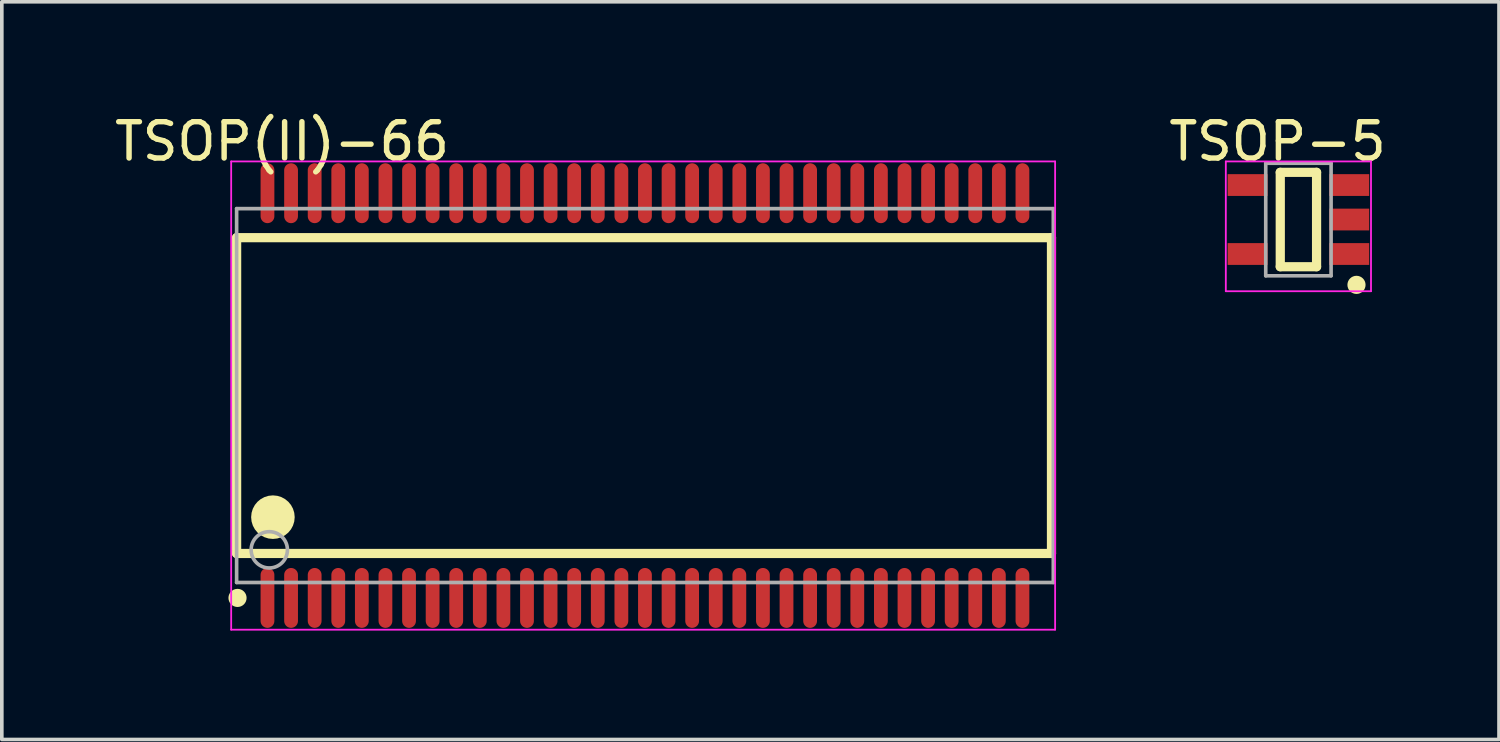
<source format=kicad_pcb>
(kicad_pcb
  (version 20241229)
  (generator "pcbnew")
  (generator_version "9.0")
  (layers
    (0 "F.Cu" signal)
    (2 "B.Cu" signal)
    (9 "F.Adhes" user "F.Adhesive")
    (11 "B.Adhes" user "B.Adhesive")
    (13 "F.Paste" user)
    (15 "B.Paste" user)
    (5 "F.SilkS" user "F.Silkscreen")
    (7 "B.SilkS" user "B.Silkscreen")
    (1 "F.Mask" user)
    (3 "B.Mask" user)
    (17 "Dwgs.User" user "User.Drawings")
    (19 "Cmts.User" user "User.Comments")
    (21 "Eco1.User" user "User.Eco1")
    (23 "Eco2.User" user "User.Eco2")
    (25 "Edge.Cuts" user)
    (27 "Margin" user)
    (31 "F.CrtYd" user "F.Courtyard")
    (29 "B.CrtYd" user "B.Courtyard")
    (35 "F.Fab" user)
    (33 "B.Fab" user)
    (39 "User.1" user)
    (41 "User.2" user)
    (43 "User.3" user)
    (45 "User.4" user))
  (footprint "TSOP(II)-66"
    (layer "F.Cu")
    (at 14.719 7.848)
    (property "Reference" "TSOP(II)-66" (at -9.999 -7 0) (layer "F.SilkS") (effects (font (size 1 1) (thickness 0.15))))
    (attr through_hole)
    (fp_line (start -11.25 -4.35) (end 11.2 -4.35) (stroke (width 0.254) (type solid)) (layer "F.SilkS"))
    (fp_line (start -11.25 4.35) (end -11.25 -4.35) (stroke (width 0.254) (type solid)) (layer "F.SilkS"))
    (fp_line (start -11.25 4.35) (end 11.2 4.35) (stroke (width 0.254) (type solid)) (layer "F.SilkS"))
    (fp_line (start 11.2 4.35) (end 11.2 -4.35) (stroke (width 0.254) (type solid)) (layer "F.SilkS"))
    (fp_circle (center -11.225 5.575) (end -11.1 5.575) (stroke (width 0.25) (type solid)) (fill no) (layer "F.SilkS"))
    (fp_circle (center -10.25 3.35) (end -9.95 3.35) (stroke (width 0.6) (type solid)) (fill no) (layer "F.SilkS"))
    (fp_line (start -11.4 -6.45) (end 11.3 -6.45) (stroke (width 0.05) (type solid)) (layer "F.CrtYd"))
    (fp_line (start -11.4 6.45) (end -11.4 -6.45) (stroke (width 0.05) (type solid)) (layer "F.CrtYd"))
    (fp_line (start 11.3 -6.45) (end 11.3 6.45) (stroke (width 0.05) (type solid)) (layer "F.CrtYd"))
    (fp_line (start 11.3 6.45) (end -11.4 6.45) (stroke (width 0.05) (type solid)) (layer "F.CrtYd"))
    (fp_line (start -11.25 -5.15) (end 11.25 -5.15) (stroke (width 0.1) (type solid)) (layer "F.Fab"))
    (fp_line (start -11.25 5.15) (end -11.25 -5.15) (stroke (width 0.1) (type solid)) (layer "F.Fab"))
    (fp_line (start -11.25 5.15) (end 11.25 5.15) (stroke (width 0.1) (type solid)) (layer "F.Fab"))
    (fp_line (start 11.25 5.15) (end 11.25 -5.15) (stroke (width 0.1) (type solid)) (layer "F.Fab"))
    (fp_circle (center -10.35 4.25) (end -9.85 4.25) (stroke (width 0.1) (type solid)) (fill no) (layer "F.Fab"))
    (pad "1" smd oval (at -10.4 5.575 180) (size 0.38 1.65) (layers "F.Cu" "F.Mask" "F.Paste"))
    (pad "2" smd oval (at -9.75 5.575 180) (size 0.38 1.65) (layers "F.Cu" "F.Mask" "F.Paste"))
    (pad "3" smd oval (at -9.1 5.575 180) (size 0.38 1.65) (layers "F.Cu" "F.Mask" "F.Paste"))
    (pad "4" smd oval (at -8.45 5.575 180) (size 0.38 1.65) (layers "F.Cu" "F.Mask" "F.Paste"))
    (pad "5" smd oval (at -7.8 5.575 180) (size 0.38 1.65) (layers "F.Cu" "F.Mask" "F.Paste"))
    (pad "6" smd oval (at -7.15 5.575 180) (size 0.38 1.65) (layers "F.Cu" "F.Mask" "F.Paste"))
    (pad "7" smd oval (at -6.5 5.575 180) (size 0.38 1.65) (layers "F.Cu" "F.Mask" "F.Paste"))
    (pad "8" smd oval (at -5.85 5.575 180) (size 0.38 1.65) (layers "F.Cu" "F.Mask" "F.Paste"))
    (pad "9" smd oval (at -5.2 5.575 180) (size 0.38 1.65) (layers "F.Cu" "F.Mask" "F.Paste"))
    (pad "10" smd oval (at -4.55 5.575 180) (size 0.38 1.65) (layers "F.Cu" "F.Mask" "F.Paste"))
    (pad "11" smd oval (at -3.9 5.575 180) (size 0.38 1.65) (layers "F.Cu" "F.Mask" "F.Paste"))
    (pad "12" smd oval (at -3.25 5.575 180) (size 0.38 1.65) (layers "F.Cu" "F.Mask" "F.Paste"))
    (pad "13" smd oval (at -2.6 5.575 180) (size 0.38 1.65) (layers "F.Cu" "F.Mask" "F.Paste"))
    (pad "14" smd oval (at -1.95 5.575 180) (size 0.38 1.65) (layers "F.Cu" "F.Mask" "F.Paste"))
    (pad "15" smd oval (at -1.3 5.575 180) (size 0.38 1.65) (layers "F.Cu" "F.Mask" "F.Paste"))
    (pad "16" smd oval (at -0.65 5.575 180) (size 0.38 1.65) (layers "F.Cu" "F.Mask" "F.Paste"))
    (pad "17" smd oval (at 0 5.575 180) (size 0.38 1.65) (layers "F.Cu" "F.Mask" "F.Paste"))
    (pad "18" smd oval (at 0.65 5.575 180) (size 0.38 1.65) (layers "F.Cu" "F.Mask" "F.Paste"))
    (pad "19" smd oval (at 1.3 5.575 180) (size 0.38 1.65) (layers "F.Cu" "F.Mask" "F.Paste"))
    (pad "20" smd oval (at 1.95 5.575 180) (size 0.38 1.65) (layers "F.Cu" "F.Mask" "F.Paste"))
    (pad "21" smd oval (at 2.6 5.575 180) (size 0.38 1.65) (layers "F.Cu" "F.Mask" "F.Paste"))
    (pad "22" smd oval (at 3.25 5.575 180) (size 0.38 1.65) (layers "F.Cu" "F.Mask" "F.Paste"))
    (pad "23" smd oval (at 3.9 5.575 180) (size 0.38 1.65) (layers "F.Cu" "F.Mask" "F.Paste"))
    (pad "24" smd oval (at 4.55 5.575 180) (size 0.38 1.65) (layers "F.Cu" "F.Mask" "F.Paste"))
    (pad "25" smd oval (at 5.2 5.575 180) (size 0.38 1.65) (layers "F.Cu" "F.Mask" "F.Paste"))
    (pad "26" smd oval (at 5.85 5.575 180) (size 0.38 1.65) (layers "F.Cu" "F.Mask" "F.Paste"))
    (pad "27" smd oval (at 6.5 5.575 180) (size 0.38 1.65) (layers "F.Cu" "F.Mask" "F.Paste"))
    (pad "28" smd oval (at 7.15 5.575 180) (size 0.38 1.65) (layers "F.Cu" "F.Mask" "F.Paste"))
    (pad "29" smd oval (at 7.8 5.575 180) (size 0.38 1.65) (layers "F.Cu" "F.Mask" "F.Paste"))
    (pad "30" smd oval (at 8.45 5.575 180) (size 0.38 1.65) (layers "F.Cu" "F.Mask" "F.Paste"))
    (pad "31" smd oval (at 9.1 5.575 180) (size 0.38 1.65) (layers "F.Cu" "F.Mask" "F.Paste"))
    (pad "32" smd oval (at 9.75 5.575 180) (size 0.38 1.65) (layers "F.Cu" "F.Mask" "F.Paste"))
    (pad "33" smd oval (at 10.4 5.575 180) (size 0.38 1.65) (layers "F.Cu" "F.Mask" "F.Paste"))
    (pad "34" smd oval (at 10.4 -5.575 180) (size 0.38 1.65) (layers "F.Cu" "F.Mask" "F.Paste"))
    (pad "35" smd oval (at 9.75 -5.575 180) (size 0.38 1.65) (layers "F.Cu" "F.Mask" "F.Paste"))
    (pad "36" smd oval (at 9.1 -5.575 180) (size 0.38 1.65) (layers "F.Cu" "F.Mask" "F.Paste"))
    (pad "37" smd oval (at 8.45 -5.575 180) (size 0.38 1.65) (layers "F.Cu" "F.Mask" "F.Paste"))
    (pad "38" smd oval (at 7.8 -5.575 180) (size 0.38 1.65) (layers "F.Cu" "F.Mask" "F.Paste"))
    (pad "39" smd oval (at 7.15 -5.575 180) (size 0.38 1.65) (layers "F.Cu" "F.Mask" "F.Paste"))
    (pad "40" smd oval (at 6.5 -5.575 180) (size 0.38 1.65) (layers "F.Cu" "F.Mask" "F.Paste"))
    (pad "41" smd oval (at 5.85 -5.575 180) (size 0.38 1.65) (layers "F.Cu" "F.Mask" "F.Paste"))
    (pad "42" smd oval (at 5.2 -5.575 180) (size 0.38 1.65) (layers "F.Cu" "F.Mask" "F.Paste"))
    (pad "43" smd oval (at 4.55 -5.575 180) (size 0.38 1.65) (layers "F.Cu" "F.Mask" "F.Paste"))
    (pad "44" smd oval (at 3.9 -5.575 180) (size 0.38 1.65) (layers "F.Cu" "F.Mask" "F.Paste"))
    (pad "45" smd oval (at 3.25 -5.575 180) (size 0.38 1.65) (layers "F.Cu" "F.Mask" "F.Paste"))
    (pad "46" smd oval (at 2.6 -5.575 180) (size 0.38 1.65) (layers "F.Cu" "F.Mask" "F.Paste"))
    (pad "47" smd oval (at 1.95 -5.575 180) (size 0.38 1.65) (layers "F.Cu" "F.Mask" "F.Paste"))
    (pad "48" smd oval (at 1.3 -5.575 180) (size 0.38 1.65) (layers "F.Cu" "F.Mask" "F.Paste"))
    (pad "49" smd oval (at 0.65 -5.575 180) (size 0.38 1.65) (layers "F.Cu" "F.Mask" "F.Paste"))
    (pad "50" smd oval (at 0 -5.575 180) (size 0.38 1.65) (layers "F.Cu" "F.Mask" "F.Paste"))
    (pad "51" smd oval (at -0.65 -5.575 180) (size 0.38 1.65) (layers "F.Cu" "F.Mask" "F.Paste"))
    (pad "52" smd oval (at -1.3 -5.575 180) (size 0.38 1.65) (layers "F.Cu" "F.Mask" "F.Paste"))
    (pad "53" smd oval (at -1.95 -5.575 180) (size 0.38 1.65) (layers "F.Cu" "F.Mask" "F.Paste"))
    (pad "54" smd oval (at -2.6 -5.575 180) (size 0.38 1.65) (layers "F.Cu" "F.Mask" "F.Paste"))
    (pad "55" smd oval (at -3.25 -5.575 180) (size 0.38 1.65) (layers "F.Cu" "F.Mask" "F.Paste"))
    (pad "56" smd oval (at -3.9 -5.575 180) (size 0.38 1.65) (layers "F.Cu" "F.Mask" "F.Paste"))
    (pad "57" smd oval (at -4.55 -5.575 180) (size 0.38 1.65) (layers "F.Cu" "F.Mask" "F.Paste"))
    (pad "58" smd oval (at -5.2 -5.575 180) (size 0.38 1.65) (layers "F.Cu" "F.Mask" "F.Paste"))
    (pad "59" smd oval (at -5.85 -5.575 180) (size 0.38 1.65) (layers "F.Cu" "F.Mask" "F.Paste"))
    (pad "60" smd oval (at -6.5 -5.575 180) (size 0.38 1.65) (layers "F.Cu" "F.Mask" "F.Paste"))
    (pad "61" smd oval (at -7.15 -5.575 180) (size 0.38 1.65) (layers "F.Cu" "F.Mask" "F.Paste"))
    (pad "62" smd oval (at -7.8 -5.575 180) (size 0.38 1.65) (layers "F.Cu" "F.Mask" "F.Paste"))
    (pad "63" smd oval (at -8.45 -5.575 180) (size 0.38 1.65) (layers "F.Cu" "F.Mask" "F.Paste"))
    (pad "64" smd oval (at -9.1 -5.575 180) (size 0.38 1.65) (layers "F.Cu" "F.Mask" "F.Paste"))
    (pad "65" smd oval (at -9.75 -5.575 180) (size 0.38 1.65) (layers "F.Cu" "F.Mask" "F.Paste"))
    (pad "66" smd oval (at -10.4 -5.575 180) (size 0.38 1.65) (layers "F.Cu" "F.Mask" "F.Paste")))
  (footprint "TSOP-5"
    (layer "F.Cu")
    (at 32.722 2.998)
    (property "Reference" "TSOP-5" (at -0.575 -2.149 0) (layer "F.SilkS") (effects (font (size 1 1) (thickness 0.15))))
    (attr through_hole)
    (fp_line (start -0.5 -1.3) (end 0.5 -1.3) (stroke (width 0.254) (type solid)) (layer "F.SilkS"))
    (fp_line (start -0.5 1.3) (end -0.5 -1.3) (stroke (width 0.254) (type solid)) (layer "F.SilkS"))
    (fp_line (start -0.5 1.3) (end 0.5 1.3) (stroke (width 0.254) (type solid)) (layer "F.SilkS"))
    (fp_line (start 0.5 1.3) (end 0.5 -1.3) (stroke (width 0.254) (type solid)) (layer "F.SilkS"))
    (fp_circle (center 1.6 1.8) (end 1.725 1.8) (stroke (width 0.25) (type solid)) (fill no) (layer "F.SilkS"))
    (fp_line (start -2 -1.6) (end 2 -1.6) (stroke (width 0.05) (type solid)) (layer "F.CrtYd"))
    (fp_line (start -2 1.975) (end -2 -1.6) (stroke (width 0.05) (type solid)) (layer "F.CrtYd"))
    (fp_line (start 2 -1.6) (end 2 1.975) (stroke (width 0.05) (type solid)) (layer "F.CrtYd"))
    (fp_line (start 2 1.975) (end -2 1.975) (stroke (width 0.05) (type solid)) (layer "F.CrtYd"))
    (fp_line (start -0.9 -1.55) (end 0.9 -1.55) (stroke (width 0.1) (type solid)) (layer "F.Fab"))
    (fp_line (start -0.9 1.55) (end -0.9 -1.55) (stroke (width 0.1) (type solid)) (layer "F.Fab"))
    (fp_line (start -0.9 1.55) (end 0.9 1.55) (stroke (width 0.1) (type solid)) (layer "F.Fab"))
    (fp_line (start 0.9 1.55) (end 0.9 -1.55) (stroke (width 0.1) (type solid)) (layer "F.Fab"))
    (pad "1" smd rect (at 1.4 0.95 270) (size 0.6 1.1) (layers "F.Cu" "F.Mask" "F.Paste"))
    (pad "2" smd rect (at 1.4 0 270) (size 0.6 1.1) (layers "F.Cu" "F.Mask" "F.Paste"))
    (pad "3" smd rect (at 1.4 -0.95 270) (size 0.6 1.1) (layers "F.Cu" "F.Mask" "F.Paste"))
    (pad "4" smd rect (at -1.4 -0.95 270) (size 0.6 1.1) (layers "F.Cu" "F.Mask" "F.Paste"))
    (pad "5" smd rect (at -1.4 0.95 270) (size 0.6 1.1) (layers "F.Cu" "F.Mask" "F.Paste")))
  (gr_rect
    (start -3 -3)
    (end 38.248 17.323)
    (stroke (width 0.1) (type default))
    (fill no)
    (layer "Edge.Cuts")))
</source>
